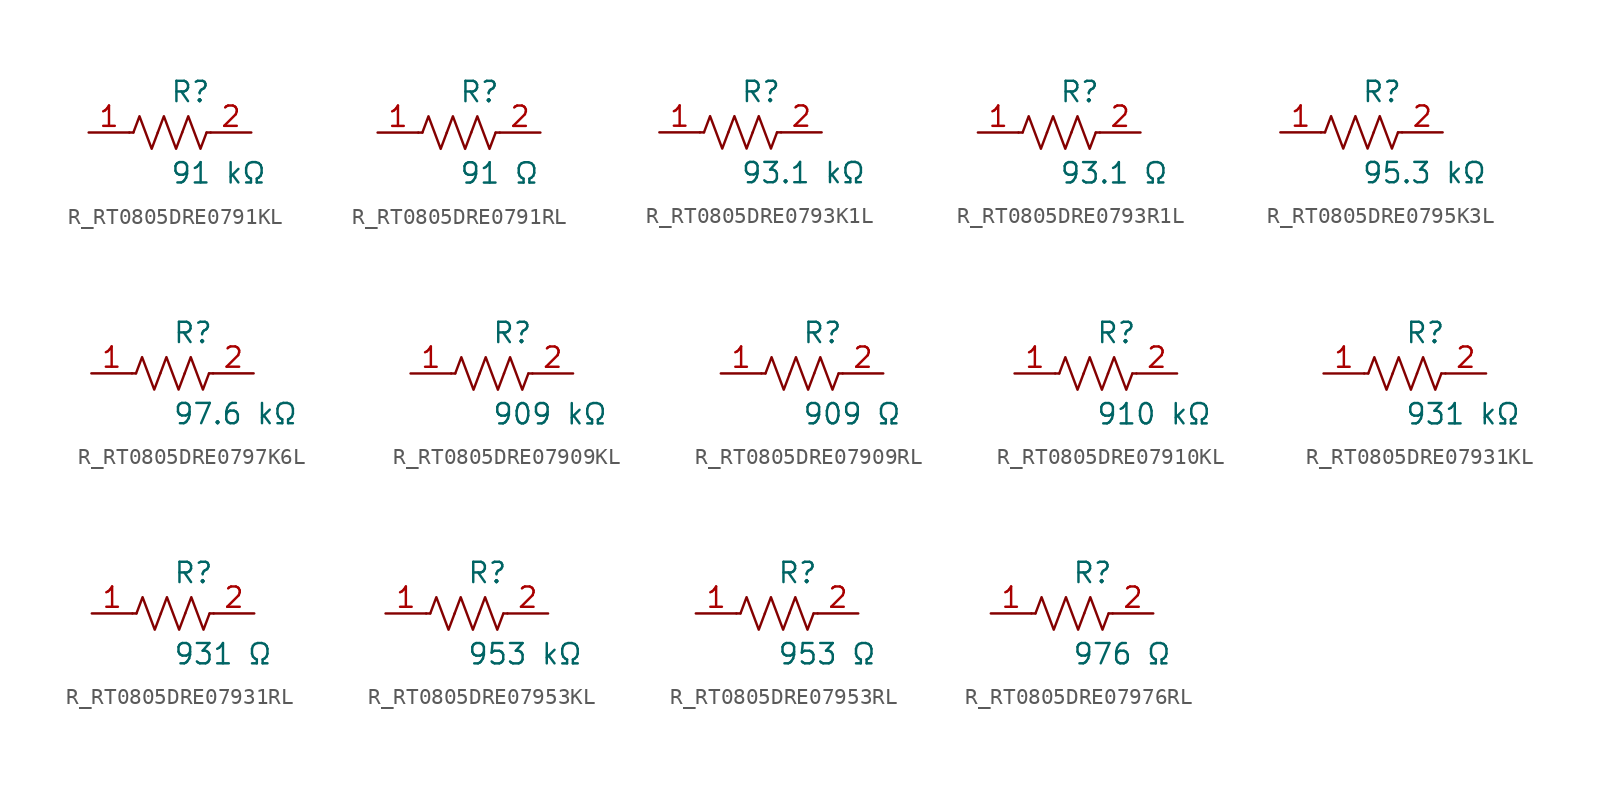
<source format=kicad_sym>
(kicad_symbol_lib
  (version 20231120)
  (generator kicad_symbol_editor)
  (generator_version 8.0)
  (symbol "R_RT0805DRE0791KL"
    (pin_names
      (offset 0.254))
    (property "Reference" "R"
      (at 0 2.54 0)
      (effects (font (size 1.27 1.27)) (justify left)))
    (property "Value" "91 kΩ"
      (at 0 -2.54 0)
      (effects (font (size 1.27 1.27)) (justify left)))
    (symbol "R_RT0805DRE0791KL_0_1"
      (polyline (pts (xy 2.286 0) (xy 2.54 0)) (stroke (width 0) (type default)) (fill (type none)))
      (polyline (pts (xy -2.286 0) (xy -2.54 0)) (stroke (width 0) (type default)) (fill (type none)))
      (polyline (pts (xy 0.762 0) (xy 1.143 1.016) (xy 1.524 0) (xy 1.905 -1.016) (xy 2.286 0)) (stroke (width 0) (type default)) (fill (type none)))
      (polyline (pts (xy -0.762 0) (xy -0.381 1.016) (xy 0 0) (xy 0.381 -1.016) (xy 0.762 0)) (stroke (width 0) (type default)) (fill (type none)))
      (polyline (pts (xy -2.286 0) (xy -1.905 1.016) (xy -1.524 0) (xy -1.143 -1.016) (xy -0.762 0)) (stroke (width 0) (type default)) (fill (type none))))
    (pin passive line
      (at -5.08 0 0)
      (length 2.54)
      (name "" (effects (font (size 1.27 1.27))))
      (number "1" (effects (font (size 1.27 1.27)))))
    (pin passive line
      (at 5.08 0 180)
      (length 2.54)
      (name "" (effects (font (size 1.27 1.27))))
      (number "2" (effects (font (size 1.27 1.27))))))
  (symbol "R_RT0805DRE0791RL"
    (pin_names
      (offset 0.254))
    (property "Reference" "R"
      (at 0 2.54 0)
      (effects (font (size 1.27 1.27)) (justify left)))
    (property "Value" "91 Ω"
      (at 0 -2.54 0)
      (effects (font (size 1.27 1.27)) (justify left)))
    (symbol "R_RT0805DRE0791RL_0_1"
      (polyline (pts (xy 2.286 0) (xy 2.54 0)) (stroke (width 0) (type default)) (fill (type none)))
      (polyline (pts (xy -2.286 0) (xy -2.54 0)) (stroke (width 0) (type default)) (fill (type none)))
      (polyline (pts (xy 0.762 0) (xy 1.143 1.016) (xy 1.524 0) (xy 1.905 -1.016) (xy 2.286 0)) (stroke (width 0) (type default)) (fill (type none)))
      (polyline (pts (xy -0.762 0) (xy -0.381 1.016) (xy 0 0) (xy 0.381 -1.016) (xy 0.762 0)) (stroke (width 0) (type default)) (fill (type none)))
      (polyline (pts (xy -2.286 0) (xy -1.905 1.016) (xy -1.524 0) (xy -1.143 -1.016) (xy -0.762 0)) (stroke (width 0) (type default)) (fill (type none))))
    (pin passive line
      (at -5.08 0 0)
      (length 2.54)
      (name "" (effects (font (size 1.27 1.27))))
      (number "1" (effects (font (size 1.27 1.27)))))
    (pin passive line
      (at 5.08 0 180)
      (length 2.54)
      (name "" (effects (font (size 1.27 1.27))))
      (number "2" (effects (font (size 1.27 1.27))))))
  (symbol "R_RT0805DRE0793K1L"
    (pin_names
      (offset 0.254))
    (property "Reference" "R"
      (at 0 2.54 0)
      (effects (font (size 1.27 1.27)) (justify left)))
    (property "Value" "93.1 kΩ"
      (at 0 -2.54 0)
      (effects (font (size 1.27 1.27)) (justify left)))
    (symbol "R_RT0805DRE0793K1L_0_1"
      (polyline (pts (xy 2.286 0) (xy 2.54 0)) (stroke (width 0) (type default)) (fill (type none)))
      (polyline (pts (xy -2.286 0) (xy -2.54 0)) (stroke (width 0) (type default)) (fill (type none)))
      (polyline (pts (xy 0.762 0) (xy 1.143 1.016) (xy 1.524 0) (xy 1.905 -1.016) (xy 2.286 0)) (stroke (width 0) (type default)) (fill (type none)))
      (polyline (pts (xy -0.762 0) (xy -0.381 1.016) (xy 0 0) (xy 0.381 -1.016) (xy 0.762 0)) (stroke (width 0) (type default)) (fill (type none)))
      (polyline (pts (xy -2.286 0) (xy -1.905 1.016) (xy -1.524 0) (xy -1.143 -1.016) (xy -0.762 0)) (stroke (width 0) (type default)) (fill (type none))))
    (pin passive line
      (at -5.08 0 0)
      (length 2.54)
      (name "" (effects (font (size 1.27 1.27))))
      (number "1" (effects (font (size 1.27 1.27)))))
    (pin passive line
      (at 5.08 0 180)
      (length 2.54)
      (name "" (effects (font (size 1.27 1.27))))
      (number "2" (effects (font (size 1.27 1.27))))))
  (symbol "R_RT0805DRE0793R1L"
    (pin_names
      (offset 0.254))
    (property "Reference" "R"
      (at 0 2.54 0)
      (effects (font (size 1.27 1.27)) (justify left)))
    (property "Value" "93.1 Ω"
      (at 0 -2.54 0)
      (effects (font (size 1.27 1.27)) (justify left)))
    (symbol "R_RT0805DRE0793R1L_0_1"
      (polyline (pts (xy 2.286 0) (xy 2.54 0)) (stroke (width 0) (type default)) (fill (type none)))
      (polyline (pts (xy -2.286 0) (xy -2.54 0)) (stroke (width 0) (type default)) (fill (type none)))
      (polyline (pts (xy 0.762 0) (xy 1.143 1.016) (xy 1.524 0) (xy 1.905 -1.016) (xy 2.286 0)) (stroke (width 0) (type default)) (fill (type none)))
      (polyline (pts (xy -0.762 0) (xy -0.381 1.016) (xy 0 0) (xy 0.381 -1.016) (xy 0.762 0)) (stroke (width 0) (type default)) (fill (type none)))
      (polyline (pts (xy -2.286 0) (xy -1.905 1.016) (xy -1.524 0) (xy -1.143 -1.016) (xy -0.762 0)) (stroke (width 0) (type default)) (fill (type none))))
    (pin passive line
      (at -5.08 0 0)
      (length 2.54)
      (name "" (effects (font (size 1.27 1.27))))
      (number "1" (effects (font (size 1.27 1.27)))))
    (pin passive line
      (at 5.08 0 180)
      (length 2.54)
      (name "" (effects (font (size 1.27 1.27))))
      (number "2" (effects (font (size 1.27 1.27))))))
  (symbol "R_RT0805DRE0795K3L"
    (pin_names
      (offset 0.254))
    (property "Reference" "R"
      (at 0 2.54 0)
      (effects (font (size 1.27 1.27)) (justify left)))
    (property "Value" "95.3 kΩ"
      (at 0 -2.54 0)
      (effects (font (size 1.27 1.27)) (justify left)))
    (symbol "R_RT0805DRE0795K3L_0_1"
      (polyline (pts (xy 2.286 0) (xy 2.54 0)) (stroke (width 0) (type default)) (fill (type none)))
      (polyline (pts (xy -2.286 0) (xy -2.54 0)) (stroke (width 0) (type default)) (fill (type none)))
      (polyline (pts (xy 0.762 0) (xy 1.143 1.016) (xy 1.524 0) (xy 1.905 -1.016) (xy 2.286 0)) (stroke (width 0) (type default)) (fill (type none)))
      (polyline (pts (xy -0.762 0) (xy -0.381 1.016) (xy 0 0) (xy 0.381 -1.016) (xy 0.762 0)) (stroke (width 0) (type default)) (fill (type none)))
      (polyline (pts (xy -2.286 0) (xy -1.905 1.016) (xy -1.524 0) (xy -1.143 -1.016) (xy -0.762 0)) (stroke (width 0) (type default)) (fill (type none))))
    (pin passive line
      (at -5.08 0 0)
      (length 2.54)
      (name "" (effects (font (size 1.27 1.27))))
      (number "1" (effects (font (size 1.27 1.27)))))
    (pin passive line
      (at 5.08 0 180)
      (length 2.54)
      (name "" (effects (font (size 1.27 1.27))))
      (number "2" (effects (font (size 1.27 1.27))))))
  (symbol "R_RT0805DRE0797K6L"
    (pin_names
      (offset 0.254))
    (property "Reference" "R"
      (at 0 2.54 0)
      (effects (font (size 1.27 1.27)) (justify left)))
    (property "Value" "97.6 kΩ"
      (at 0 -2.54 0)
      (effects (font (size 1.27 1.27)) (justify left)))
    (symbol "R_RT0805DRE0797K6L_0_1"
      (polyline (pts (xy 2.286 0) (xy 2.54 0)) (stroke (width 0) (type default)) (fill (type none)))
      (polyline (pts (xy -2.286 0) (xy -2.54 0)) (stroke (width 0) (type default)) (fill (type none)))
      (polyline (pts (xy 0.762 0) (xy 1.143 1.016) (xy 1.524 0) (xy 1.905 -1.016) (xy 2.286 0)) (stroke (width 0) (type default)) (fill (type none)))
      (polyline (pts (xy -0.762 0) (xy -0.381 1.016) (xy 0 0) (xy 0.381 -1.016) (xy 0.762 0)) (stroke (width 0) (type default)) (fill (type none)))
      (polyline (pts (xy -2.286 0) (xy -1.905 1.016) (xy -1.524 0) (xy -1.143 -1.016) (xy -0.762 0)) (stroke (width 0) (type default)) (fill (type none))))
    (pin passive line
      (at -5.08 0 0)
      (length 2.54)
      (name "" (effects (font (size 1.27 1.27))))
      (number "1" (effects (font (size 1.27 1.27)))))
    (pin passive line
      (at 5.08 0 180)
      (length 2.54)
      (name "" (effects (font (size 1.27 1.27))))
      (number "2" (effects (font (size 1.27 1.27))))))
  (symbol "R_RT0805DRE07909KL"
    (pin_names
      (offset 0.254))
    (property "Reference" "R"
      (at 0 2.54 0)
      (effects (font (size 1.27 1.27)) (justify left)))
    (property "Value" "909 kΩ"
      (at 0 -2.54 0)
      (effects (font (size 1.27 1.27)) (justify left)))
    (symbol "R_RT0805DRE07909KL_0_1"
      (polyline (pts (xy 2.286 0) (xy 2.54 0)) (stroke (width 0) (type default)) (fill (type none)))
      (polyline (pts (xy -2.286 0) (xy -2.54 0)) (stroke (width 0) (type default)) (fill (type none)))
      (polyline (pts (xy 0.762 0) (xy 1.143 1.016) (xy 1.524 0) (xy 1.905 -1.016) (xy 2.286 0)) (stroke (width 0) (type default)) (fill (type none)))
      (polyline (pts (xy -0.762 0) (xy -0.381 1.016) (xy 0 0) (xy 0.381 -1.016) (xy 0.762 0)) (stroke (width 0) (type default)) (fill (type none)))
      (polyline (pts (xy -2.286 0) (xy -1.905 1.016) (xy -1.524 0) (xy -1.143 -1.016) (xy -0.762 0)) (stroke (width 0) (type default)) (fill (type none))))
    (pin passive line
      (at -5.08 0 0)
      (length 2.54)
      (name "" (effects (font (size 1.27 1.27))))
      (number "1" (effects (font (size 1.27 1.27)))))
    (pin passive line
      (at 5.08 0 180)
      (length 2.54)
      (name "" (effects (font (size 1.27 1.27))))
      (number "2" (effects (font (size 1.27 1.27))))))
  (symbol "R_RT0805DRE07909RL"
    (pin_names
      (offset 0.254))
    (property "Reference" "R"
      (at 0 2.54 0)
      (effects (font (size 1.27 1.27)) (justify left)))
    (property "Value" "909 Ω"
      (at 0 -2.54 0)
      (effects (font (size 1.27 1.27)) (justify left)))
    (symbol "R_RT0805DRE07909RL_0_1"
      (polyline (pts (xy 2.286 0) (xy 2.54 0)) (stroke (width 0) (type default)) (fill (type none)))
      (polyline (pts (xy -2.286 0) (xy -2.54 0)) (stroke (width 0) (type default)) (fill (type none)))
      (polyline (pts (xy 0.762 0) (xy 1.143 1.016) (xy 1.524 0) (xy 1.905 -1.016) (xy 2.286 0)) (stroke (width 0) (type default)) (fill (type none)))
      (polyline (pts (xy -0.762 0) (xy -0.381 1.016) (xy 0 0) (xy 0.381 -1.016) (xy 0.762 0)) (stroke (width 0) (type default)) (fill (type none)))
      (polyline (pts (xy -2.286 0) (xy -1.905 1.016) (xy -1.524 0) (xy -1.143 -1.016) (xy -0.762 0)) (stroke (width 0) (type default)) (fill (type none))))
    (pin passive line
      (at -5.08 0 0)
      (length 2.54)
      (name "" (effects (font (size 1.27 1.27))))
      (number "1" (effects (font (size 1.27 1.27)))))
    (pin passive line
      (at 5.08 0 180)
      (length 2.54)
      (name "" (effects (font (size 1.27 1.27))))
      (number "2" (effects (font (size 1.27 1.27))))))
  (symbol "R_RT0805DRE07910KL"
    (pin_names
      (offset 0.254))
    (property "Reference" "R"
      (at 0 2.54 0)
      (effects (font (size 1.27 1.27)) (justify left)))
    (property "Value" "910 kΩ"
      (at 0 -2.54 0)
      (effects (font (size 1.27 1.27)) (justify left)))
    (symbol "R_RT0805DRE07910KL_0_1"
      (polyline (pts (xy 2.286 0) (xy 2.54 0)) (stroke (width 0) (type default)) (fill (type none)))
      (polyline (pts (xy -2.286 0) (xy -2.54 0)) (stroke (width 0) (type default)) (fill (type none)))
      (polyline (pts (xy 0.762 0) (xy 1.143 1.016) (xy 1.524 0) (xy 1.905 -1.016) (xy 2.286 0)) (stroke (width 0) (type default)) (fill (type none)))
      (polyline (pts (xy -0.762 0) (xy -0.381 1.016) (xy 0 0) (xy 0.381 -1.016) (xy 0.762 0)) (stroke (width 0) (type default)) (fill (type none)))
      (polyline (pts (xy -2.286 0) (xy -1.905 1.016) (xy -1.524 0) (xy -1.143 -1.016) (xy -0.762 0)) (stroke (width 0) (type default)) (fill (type none))))
    (pin passive line
      (at -5.08 0 0)
      (length 2.54)
      (name "" (effects (font (size 1.27 1.27))))
      (number "1" (effects (font (size 1.27 1.27)))))
    (pin passive line
      (at 5.08 0 180)
      (length 2.54)
      (name "" (effects (font (size 1.27 1.27))))
      (number "2" (effects (font (size 1.27 1.27))))))
  (symbol "R_RT0805DRE07931KL"
    (pin_names
      (offset 0.254))
    (property "Reference" "R"
      (at 0 2.54 0)
      (effects (font (size 1.27 1.27)) (justify left)))
    (property "Value" "931 kΩ"
      (at 0 -2.54 0)
      (effects (font (size 1.27 1.27)) (justify left)))
    (symbol "R_RT0805DRE07931KL_0_1"
      (polyline (pts (xy 2.286 0) (xy 2.54 0)) (stroke (width 0) (type default)) (fill (type none)))
      (polyline (pts (xy -2.286 0) (xy -2.54 0)) (stroke (width 0) (type default)) (fill (type none)))
      (polyline (pts (xy 0.762 0) (xy 1.143 1.016) (xy 1.524 0) (xy 1.905 -1.016) (xy 2.286 0)) (stroke (width 0) (type default)) (fill (type none)))
      (polyline (pts (xy -0.762 0) (xy -0.381 1.016) (xy 0 0) (xy 0.381 -1.016) (xy 0.762 0)) (stroke (width 0) (type default)) (fill (type none)))
      (polyline (pts (xy -2.286 0) (xy -1.905 1.016) (xy -1.524 0) (xy -1.143 -1.016) (xy -0.762 0)) (stroke (width 0) (type default)) (fill (type none))))
    (pin passive line
      (at -5.08 0 0)
      (length 2.54)
      (name "" (effects (font (size 1.27 1.27))))
      (number "1" (effects (font (size 1.27 1.27)))))
    (pin passive line
      (at 5.08 0 180)
      (length 2.54)
      (name "" (effects (font (size 1.27 1.27))))
      (number "2" (effects (font (size 1.27 1.27))))))
  (symbol "R_RT0805DRE07931RL"
    (pin_names
      (offset 0.254))
    (property "Reference" "R"
      (at 0 2.54 0)
      (effects (font (size 1.27 1.27)) (justify left)))
    (property "Value" "931 Ω"
      (at 0 -2.54 0)
      (effects (font (size 1.27 1.27)) (justify left)))
    (symbol "R_RT0805DRE07931RL_0_1"
      (polyline (pts (xy 2.286 0) (xy 2.54 0)) (stroke (width 0) (type default)) (fill (type none)))
      (polyline (pts (xy -2.286 0) (xy -2.54 0)) (stroke (width 0) (type default)) (fill (type none)))
      (polyline (pts (xy 0.762 0) (xy 1.143 1.016) (xy 1.524 0) (xy 1.905 -1.016) (xy 2.286 0)) (stroke (width 0) (type default)) (fill (type none)))
      (polyline (pts (xy -0.762 0) (xy -0.381 1.016) (xy 0 0) (xy 0.381 -1.016) (xy 0.762 0)) (stroke (width 0) (type default)) (fill (type none)))
      (polyline (pts (xy -2.286 0) (xy -1.905 1.016) (xy -1.524 0) (xy -1.143 -1.016) (xy -0.762 0)) (stroke (width 0) (type default)) (fill (type none))))
    (pin passive line
      (at -5.08 0 0)
      (length 2.54)
      (name "" (effects (font (size 1.27 1.27))))
      (number "1" (effects (font (size 1.27 1.27)))))
    (pin passive line
      (at 5.08 0 180)
      (length 2.54)
      (name "" (effects (font (size 1.27 1.27))))
      (number "2" (effects (font (size 1.27 1.27))))))
  (symbol "R_RT0805DRE07953KL"
    (pin_names
      (offset 0.254))
    (property "Reference" "R"
      (at 0 2.54 0)
      (effects (font (size 1.27 1.27)) (justify left)))
    (property "Value" "953 kΩ"
      (at 0 -2.54 0)
      (effects (font (size 1.27 1.27)) (justify left)))
    (symbol "R_RT0805DRE07953KL_0_1"
      (polyline (pts (xy 2.286 0) (xy 2.54 0)) (stroke (width 0) (type default)) (fill (type none)))
      (polyline (pts (xy -2.286 0) (xy -2.54 0)) (stroke (width 0) (type default)) (fill (type none)))
      (polyline (pts (xy 0.762 0) (xy 1.143 1.016) (xy 1.524 0) (xy 1.905 -1.016) (xy 2.286 0)) (stroke (width 0) (type default)) (fill (type none)))
      (polyline (pts (xy -0.762 0) (xy -0.381 1.016) (xy 0 0) (xy 0.381 -1.016) (xy 0.762 0)) (stroke (width 0) (type default)) (fill (type none)))
      (polyline (pts (xy -2.286 0) (xy -1.905 1.016) (xy -1.524 0) (xy -1.143 -1.016) (xy -0.762 0)) (stroke (width 0) (type default)) (fill (type none))))
    (pin passive line
      (at -5.08 0 0)
      (length 2.54)
      (name "" (effects (font (size 1.27 1.27))))
      (number "1" (effects (font (size 1.27 1.27)))))
    (pin passive line
      (at 5.08 0 180)
      (length 2.54)
      (name "" (effects (font (size 1.27 1.27))))
      (number "2" (effects (font (size 1.27 1.27))))))
  (symbol "R_RT0805DRE07953RL"
    (pin_names
      (offset 0.254))
    (property "Reference" "R"
      (at 0 2.54 0)
      (effects (font (size 1.27 1.27)) (justify left)))
    (property "Value" "953 Ω"
      (at 0 -2.54 0)
      (effects (font (size 1.27 1.27)) (justify left)))
    (symbol "R_RT0805DRE07953RL_0_1"
      (polyline (pts (xy 2.286 0) (xy 2.54 0)) (stroke (width 0) (type default)) (fill (type none)))
      (polyline (pts (xy -2.286 0) (xy -2.54 0)) (stroke (width 0) (type default)) (fill (type none)))
      (polyline (pts (xy 0.762 0) (xy 1.143 1.016) (xy 1.524 0) (xy 1.905 -1.016) (xy 2.286 0)) (stroke (width 0) (type default)) (fill (type none)))
      (polyline (pts (xy -0.762 0) (xy -0.381 1.016) (xy 0 0) (xy 0.381 -1.016) (xy 0.762 0)) (stroke (width 0) (type default)) (fill (type none)))
      (polyline (pts (xy -2.286 0) (xy -1.905 1.016) (xy -1.524 0) (xy -1.143 -1.016) (xy -0.762 0)) (stroke (width 0) (type default)) (fill (type none))))
    (pin passive line
      (at -5.08 0 0)
      (length 2.54)
      (name "" (effects (font (size 1.27 1.27))))
      (number "1" (effects (font (size 1.27 1.27)))))
    (pin passive line
      (at 5.08 0 180)
      (length 2.54)
      (name "" (effects (font (size 1.27 1.27))))
      (number "2" (effects (font (size 1.27 1.27))))))
  (symbol "R_RT0805DRE07976RL"
    (pin_names
      (offset 0.254))
    (property "Reference" "R"
      (at 0 2.54 0)
      (effects (font (size 1.27 1.27)) (justify left)))
    (property "Value" "976 Ω"
      (at 0 -2.54 0)
      (effects (font (size 1.27 1.27)) (justify left)))
    (symbol "R_RT0805DRE07976RL_0_1"
      (polyline (pts (xy 2.286 0) (xy 2.54 0)) (stroke (width 0) (type default)) (fill (type none)))
      (polyline (pts (xy -2.286 0) (xy -2.54 0)) (stroke (width 0) (type default)) (fill (type none)))
      (polyline (pts (xy 0.762 0) (xy 1.143 1.016) (xy 1.524 0) (xy 1.905 -1.016) (xy 2.286 0)) (stroke (width 0) (type default)) (fill (type none)))
      (polyline (pts (xy -0.762 0) (xy -0.381 1.016) (xy 0 0) (xy 0.381 -1.016) (xy 0.762 0)) (stroke (width 0) (type default)) (fill (type none)))
      (polyline (pts (xy -2.286 0) (xy -1.905 1.016) (xy -1.524 0) (xy -1.143 -1.016) (xy -0.762 0)) (stroke (width 0) (type default)) (fill (type none))))
    (pin passive line
      (at -5.08 0 0)
      (length 2.54)
      (name "" (effects (font (size 1.27 1.27))))
      (number "1" (effects (font (size 1.27 1.27)))))
    (pin passive line
      (at 5.08 0 180)
      (length 2.54)
      (name "" (effects (font (size 1.27 1.27))))
      (number "2" (effects (font (size 1.27 1.27)))))))
</source>
